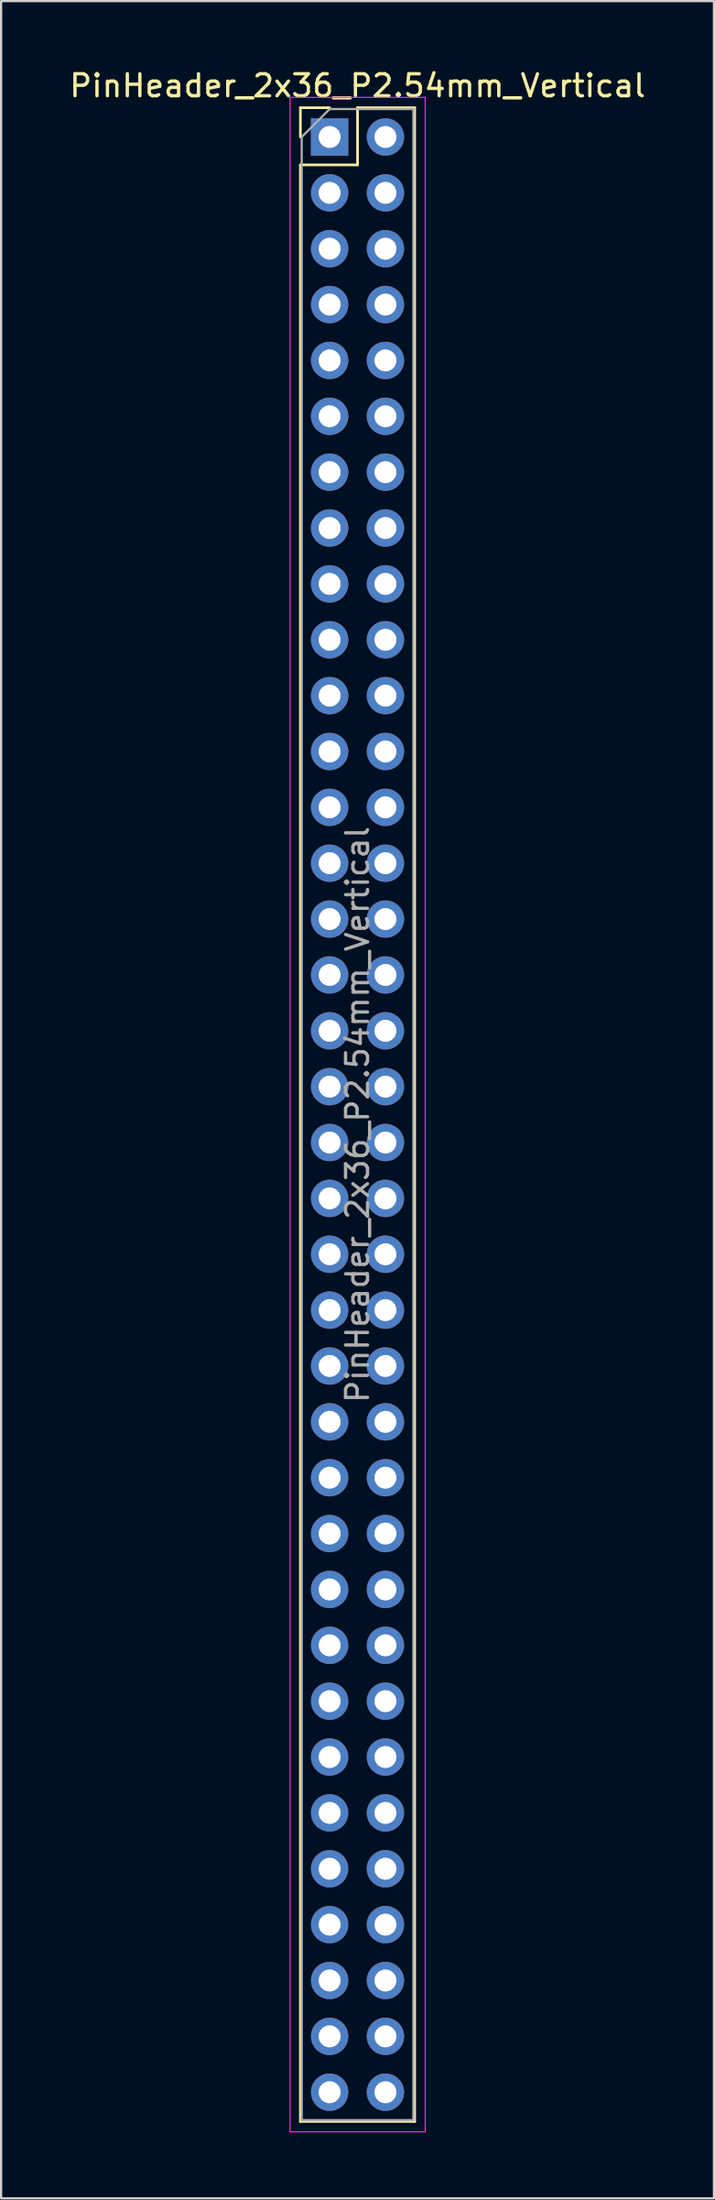
<source format=kicad_pcb>
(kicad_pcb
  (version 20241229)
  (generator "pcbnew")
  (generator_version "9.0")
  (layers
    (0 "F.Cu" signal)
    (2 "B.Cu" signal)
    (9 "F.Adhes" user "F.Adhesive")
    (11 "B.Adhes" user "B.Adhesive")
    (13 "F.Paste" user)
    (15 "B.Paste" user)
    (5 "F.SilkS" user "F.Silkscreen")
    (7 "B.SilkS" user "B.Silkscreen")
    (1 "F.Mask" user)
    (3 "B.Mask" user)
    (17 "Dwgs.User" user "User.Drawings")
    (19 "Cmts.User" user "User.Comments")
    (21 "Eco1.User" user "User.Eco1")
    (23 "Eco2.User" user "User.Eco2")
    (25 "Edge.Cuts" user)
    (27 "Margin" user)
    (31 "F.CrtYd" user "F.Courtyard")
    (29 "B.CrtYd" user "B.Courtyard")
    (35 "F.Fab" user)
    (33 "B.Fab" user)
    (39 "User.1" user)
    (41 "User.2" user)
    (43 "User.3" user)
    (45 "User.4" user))
  (footprint "PinHeader_2x36_P2.54mm_Vertical"
    (layer "F.Cu")
    (at 11.95 3.178)
    (property "Reference" "PinHeader_2x36_P2.54mm_Vertical" (at 1.27 -2.33 0) (layer "F.SilkS") (effects (font (size 1 1) (thickness 0.15))))
    (attr through_hole)
    (fp_line (start -1.33 -1.33) (end 0 -1.33) (stroke (width 0.12) (type solid)) (layer "F.SilkS"))
    (fp_line (start -1.33 0) (end -1.33 -1.33) (stroke (width 0.12) (type solid)) (layer "F.SilkS"))
    (fp_line (start -1.33 1.27) (end -1.33 90.23) (stroke (width 0.12) (type solid)) (layer "F.SilkS"))
    (fp_line (start -1.33 1.27) (end 1.27 1.27) (stroke (width 0.12) (type solid)) (layer "F.SilkS"))
    (fp_line (start -1.33 90.23) (end 3.87 90.23) (stroke (width 0.12) (type solid)) (layer "F.SilkS"))
    (fp_line (start 1.27 -1.33) (end 3.87 -1.33) (stroke (width 0.12) (type solid)) (layer "F.SilkS"))
    (fp_line (start 1.27 1.27) (end 1.27 -1.33) (stroke (width 0.12) (type solid)) (layer "F.SilkS"))
    (fp_line (start 3.87 -1.33) (end 3.87 90.23) (stroke (width 0.12) (type solid)) (layer "F.SilkS"))
    (fp_line (start -1.8 -1.8) (end -1.8 90.7) (stroke (width 0.05) (type solid)) (layer "F.CrtYd"))
    (fp_line (start -1.8 90.7) (end 4.35 90.7) (stroke (width 0.05) (type solid)) (layer "F.CrtYd"))
    (fp_line (start 4.35 -1.8) (end -1.8 -1.8) (stroke (width 0.05) (type solid)) (layer "F.CrtYd"))
    (fp_line (start 4.35 90.7) (end 4.35 -1.8) (stroke (width 0.05) (type solid)) (layer "F.CrtYd"))
    (fp_line (start -1.27 0) (end 0 -1.27) (stroke (width 0.1) (type solid)) (layer "F.Fab"))
    (fp_line (start -1.27 90.17) (end -1.27 0) (stroke (width 0.1) (type solid)) (layer "F.Fab"))
    (fp_line (start 0 -1.27) (end 3.81 -1.27) (stroke (width 0.1) (type solid)) (layer "F.Fab"))
    (fp_line (start 3.81 -1.27) (end 3.81 90.17) (stroke (width 0.1) (type solid)) (layer "F.Fab"))
    (fp_line (start 3.81 90.17) (end -1.27 90.17) (stroke (width 0.1) (type solid)) (layer "F.Fab"))
    (fp_text user "${REFERENCE}" (at 1.27 44.45 90) (layer "F.Fab") (effects (font (size 1 1) (thickness 0.15))))
    (pad "1" thru_hole rect (at 0 0) (size 1.7 1.7) (drill 1) (layers "*.Cu" "*.Mask"))
    (pad "2" thru_hole oval (at 2.54 0) (size 1.7 1.7) (drill 1) (layers "*.Cu" "*.Mask"))
    (pad "3" thru_hole oval (at 0 2.54) (size 1.7 1.7) (drill 1) (layers "*.Cu" "*.Mask"))
    (pad "4" thru_hole oval (at 2.54 2.54) (size 1.7 1.7) (drill 1) (layers "*.Cu" "*.Mask"))
    (pad "5" thru_hole oval (at 0 5.08) (size 1.7 1.7) (drill 1) (layers "*.Cu" "*.Mask"))
    (pad "6" thru_hole oval (at 2.54 5.08) (size 1.7 1.7) (drill 1) (layers "*.Cu" "*.Mask"))
    (pad "7" thru_hole oval (at 0 7.62) (size 1.7 1.7) (drill 1) (layers "*.Cu" "*.Mask"))
    (pad "8" thru_hole oval (at 2.54 7.62) (size 1.7 1.7) (drill 1) (layers "*.Cu" "*.Mask"))
    (pad "9" thru_hole oval (at 0 10.16) (size 1.7 1.7) (drill 1) (layers "*.Cu" "*.Mask"))
    (pad "10" thru_hole oval (at 2.54 10.16) (size 1.7 1.7) (drill 1) (layers "*.Cu" "*.Mask"))
    (pad "11" thru_hole oval (at 0 12.7) (size 1.7 1.7) (drill 1) (layers "*.Cu" "*.Mask"))
    (pad "12" thru_hole oval (at 2.54 12.7) (size 1.7 1.7) (drill 1) (layers "*.Cu" "*.Mask"))
    (pad "13" thru_hole oval (at 0 15.24) (size 1.7 1.7) (drill 1) (layers "*.Cu" "*.Mask"))
    (pad "14" thru_hole oval (at 2.54 15.24) (size 1.7 1.7) (drill 1) (layers "*.Cu" "*.Mask"))
    (pad "15" thru_hole oval (at 0 17.78) (size 1.7 1.7) (drill 1) (layers "*.Cu" "*.Mask"))
    (pad "16" thru_hole oval (at 2.54 17.78) (size 1.7 1.7) (drill 1) (layers "*.Cu" "*.Mask"))
    (pad "17" thru_hole oval (at 0 20.32) (size 1.7 1.7) (drill 1) (layers "*.Cu" "*.Mask"))
    (pad "18" thru_hole oval (at 2.54 20.32) (size 1.7 1.7) (drill 1) (layers "*.Cu" "*.Mask"))
    (pad "19" thru_hole oval (at 0 22.86) (size 1.7 1.7) (drill 1) (layers "*.Cu" "*.Mask"))
    (pad "20" thru_hole oval (at 2.54 22.86) (size 1.7 1.7) (drill 1) (layers "*.Cu" "*.Mask"))
    (pad "21" thru_hole oval (at 0 25.4) (size 1.7 1.7) (drill 1) (layers "*.Cu" "*.Mask"))
    (pad "22" thru_hole oval (at 2.54 25.4) (size 1.7 1.7) (drill 1) (layers "*.Cu" "*.Mask"))
    (pad "23" thru_hole oval (at 0 27.94) (size 1.7 1.7) (drill 1) (layers "*.Cu" "*.Mask"))
    (pad "24" thru_hole oval (at 2.54 27.94) (size 1.7 1.7) (drill 1) (layers "*.Cu" "*.Mask"))
    (pad "25" thru_hole oval (at 0 30.48) (size 1.7 1.7) (drill 1) (layers "*.Cu" "*.Mask"))
    (pad "26" thru_hole oval (at 2.54 30.48) (size 1.7 1.7) (drill 1) (layers "*.Cu" "*.Mask"))
    (pad "27" thru_hole oval (at 0 33.02) (size 1.7 1.7) (drill 1) (layers "*.Cu" "*.Mask"))
    (pad "28" thru_hole oval (at 2.54 33.02) (size 1.7 1.7) (drill 1) (layers "*.Cu" "*.Mask"))
    (pad "29" thru_hole oval (at 0 35.56) (size 1.7 1.7) (drill 1) (layers "*.Cu" "*.Mask"))
    (pad "30" thru_hole oval (at 2.54 35.56) (size 1.7 1.7) (drill 1) (layers "*.Cu" "*.Mask"))
    (pad "31" thru_hole oval (at 0 38.1) (size 1.7 1.7) (drill 1) (layers "*.Cu" "*.Mask"))
    (pad "32" thru_hole oval (at 2.54 38.1) (size 1.7 1.7) (drill 1) (layers "*.Cu" "*.Mask"))
    (pad "33" thru_hole oval (at 0 40.64) (size 1.7 1.7) (drill 1) (layers "*.Cu" "*.Mask"))
    (pad "34" thru_hole oval (at 2.54 40.64) (size 1.7 1.7) (drill 1) (layers "*.Cu" "*.Mask"))
    (pad "35" thru_hole oval (at 0 43.18) (size 1.7 1.7) (drill 1) (layers "*.Cu" "*.Mask"))
    (pad "36" thru_hole oval (at 2.54 43.18) (size 1.7 1.7) (drill 1) (layers "*.Cu" "*.Mask"))
    (pad "37" thru_hole oval (at 0 45.72) (size 1.7 1.7) (drill 1) (layers "*.Cu" "*.Mask"))
    (pad "38" thru_hole oval (at 2.54 45.72) (size 1.7 1.7) (drill 1) (layers "*.Cu" "*.Mask"))
    (pad "39" thru_hole oval (at 0 48.26) (size 1.7 1.7) (drill 1) (layers "*.Cu" "*.Mask"))
    (pad "40" thru_hole oval (at 2.54 48.26) (size 1.7 1.7) (drill 1) (layers "*.Cu" "*.Mask"))
    (pad "41" thru_hole oval (at 0 50.8) (size 1.7 1.7) (drill 1) (layers "*.Cu" "*.Mask"))
    (pad "42" thru_hole oval (at 2.54 50.8) (size 1.7 1.7) (drill 1) (layers "*.Cu" "*.Mask"))
    (pad "43" thru_hole oval (at 0 53.34) (size 1.7 1.7) (drill 1) (layers "*.Cu" "*.Mask"))
    (pad "44" thru_hole oval (at 2.54 53.34) (size 1.7 1.7) (drill 1) (layers "*.Cu" "*.Mask"))
    (pad "45" thru_hole oval (at 0 55.88) (size 1.7 1.7) (drill 1) (layers "*.Cu" "*.Mask"))
    (pad "46" thru_hole oval (at 2.54 55.88) (size 1.7 1.7) (drill 1) (layers "*.Cu" "*.Mask"))
    (pad "47" thru_hole oval (at 0 58.42) (size 1.7 1.7) (drill 1) (layers "*.Cu" "*.Mask"))
    (pad "48" thru_hole oval (at 2.54 58.42) (size 1.7 1.7) (drill 1) (layers "*.Cu" "*.Mask"))
    (pad "49" thru_hole oval (at 0 60.96) (size 1.7 1.7) (drill 1) (layers "*.Cu" "*.Mask"))
    (pad "50" thru_hole oval (at 2.54 60.96) (size 1.7 1.7) (drill 1) (layers "*.Cu" "*.Mask"))
    (pad "51" thru_hole oval (at 0 63.5) (size 1.7 1.7) (drill 1) (layers "*.Cu" "*.Mask"))
    (pad "52" thru_hole oval (at 2.54 63.5) (size 1.7 1.7) (drill 1) (layers "*.Cu" "*.Mask"))
    (pad "53" thru_hole oval (at 0 66.04) (size 1.7 1.7) (drill 1) (layers "*.Cu" "*.Mask"))
    (pad "54" thru_hole oval (at 2.54 66.04) (size 1.7 1.7) (drill 1) (layers "*.Cu" "*.Mask"))
    (pad "55" thru_hole oval (at 0 68.58) (size 1.7 1.7) (drill 1) (layers "*.Cu" "*.Mask"))
    (pad "56" thru_hole oval (at 2.54 68.58) (size 1.7 1.7) (drill 1) (layers "*.Cu" "*.Mask"))
    (pad "57" thru_hole oval (at 0 71.12) (size 1.7 1.7) (drill 1) (layers "*.Cu" "*.Mask"))
    (pad "58" thru_hole oval (at 2.54 71.12) (size 1.7 1.7) (drill 1) (layers "*.Cu" "*.Mask"))
    (pad "59" thru_hole oval (at 0 73.66) (size 1.7 1.7) (drill 1) (layers "*.Cu" "*.Mask"))
    (pad "60" thru_hole oval (at 2.54 73.66) (size 1.7 1.7) (drill 1) (layers "*.Cu" "*.Mask"))
    (pad "61" thru_hole oval (at 0 76.2) (size 1.7 1.7) (drill 1) (layers "*.Cu" "*.Mask"))
    (pad "62" thru_hole oval (at 2.54 76.2) (size 1.7 1.7) (drill 1) (layers "*.Cu" "*.Mask"))
    (pad "63" thru_hole oval (at 0 78.74) (size 1.7 1.7) (drill 1) (layers "*.Cu" "*.Mask"))
    (pad "64" thru_hole oval (at 2.54 78.74) (size 1.7 1.7) (drill 1) (layers "*.Cu" "*.Mask"))
    (pad "65" thru_hole oval (at 0 81.28) (size 1.7 1.7) (drill 1) (layers "*.Cu" "*.Mask"))
    (pad "66" thru_hole oval (at 2.54 81.28) (size 1.7 1.7) (drill 1) (layers "*.Cu" "*.Mask"))
    (pad "67" thru_hole oval (at 0 83.82) (size 1.7 1.7) (drill 1) (layers "*.Cu" "*.Mask"))
    (pad "68" thru_hole oval (at 2.54 83.82) (size 1.7 1.7) (drill 1) (layers "*.Cu" "*.Mask"))
    (pad "69" thru_hole oval (at 0 86.36) (size 1.7 1.7) (drill 1) (layers "*.Cu" "*.Mask"))
    (pad "70" thru_hole oval (at 2.54 86.36) (size 1.7 1.7) (drill 1) (layers "*.Cu" "*.Mask"))
    (pad "71" thru_hole oval (at 0 88.9) (size 1.7 1.7) (drill 1) (layers "*.Cu" "*.Mask"))
    (pad "72" thru_hole oval (at 2.54 88.9) (size 1.7 1.7) (drill 1) (layers "*.Cu" "*.Mask")))
  (gr_rect
    (start -3 -3)
    (end 29.44 96.903)
    (stroke (width 0.1) (type default))
    (fill no)
    (layer "Edge.Cuts")))
</source>
